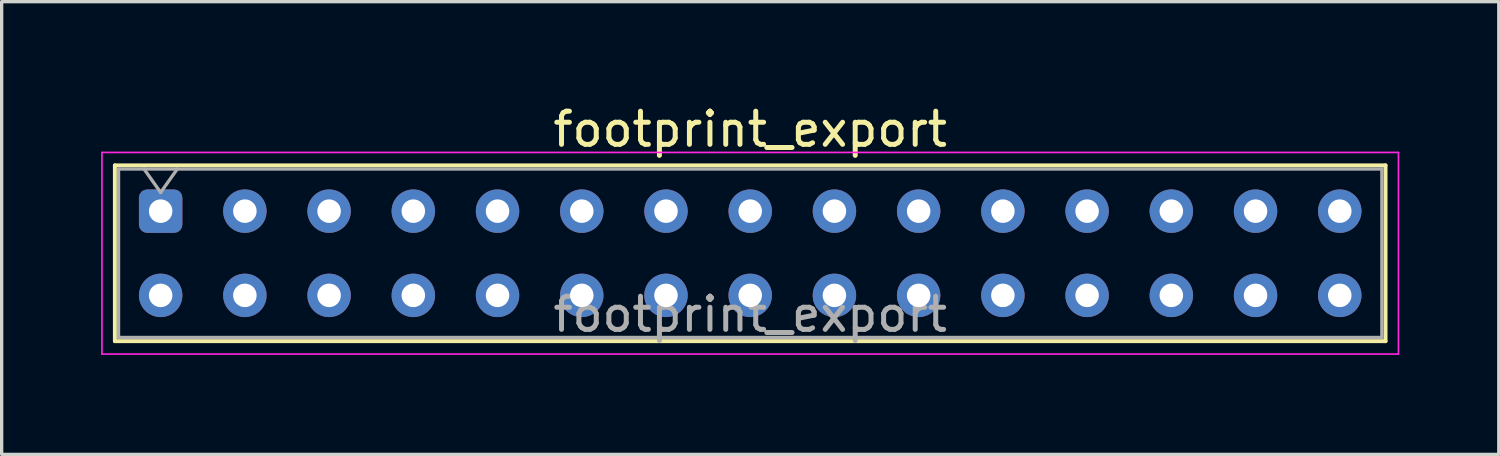
<source format=kicad_pcb>
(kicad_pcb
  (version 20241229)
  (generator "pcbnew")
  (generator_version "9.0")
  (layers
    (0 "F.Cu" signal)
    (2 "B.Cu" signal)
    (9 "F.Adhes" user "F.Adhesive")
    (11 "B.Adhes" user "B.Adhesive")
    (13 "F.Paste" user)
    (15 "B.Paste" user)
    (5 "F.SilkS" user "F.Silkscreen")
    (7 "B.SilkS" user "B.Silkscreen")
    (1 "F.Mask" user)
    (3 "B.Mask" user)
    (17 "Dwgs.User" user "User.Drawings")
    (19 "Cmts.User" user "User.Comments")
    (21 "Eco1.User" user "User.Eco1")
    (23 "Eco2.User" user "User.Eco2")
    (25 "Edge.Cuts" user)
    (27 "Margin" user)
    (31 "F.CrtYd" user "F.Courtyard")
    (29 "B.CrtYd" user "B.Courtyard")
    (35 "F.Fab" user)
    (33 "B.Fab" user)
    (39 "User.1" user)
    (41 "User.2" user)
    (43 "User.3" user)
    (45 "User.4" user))
  (footprint "footprint_export"
    (layer "F.Cu")
    (at 1.795 3.318)
    (property "Reference" "footprint_export" (at 17.78 -2.47 0) (layer "F.SilkS") (effects (font (size 1 1) (thickness 0.15))))
    (attr through_hole)
    (fp_line (start -1.38 -1.38) (end 36.94 -1.38) (stroke (width 0.12) (type solid)) (layer "F.SilkS"))
    (fp_line (start -1.38 3.92) (end -1.38 -1.38) (stroke (width 0.12) (type solid)) (layer "F.SilkS"))
    (fp_line (start 36.94 -1.38) (end 36.94 3.92) (stroke (width 0.12) (type solid)) (layer "F.SilkS"))
    (fp_line (start 36.94 3.92) (end -1.38 3.92) (stroke (width 0.12) (type solid)) (layer "F.SilkS"))
    (fp_line (start -1.77 -1.77) (end 37.33 -1.77) (stroke (width 0.05) (type solid)) (layer "F.CrtYd"))
    (fp_line (start -1.77 4.31) (end -1.77 -1.77) (stroke (width 0.05) (type solid)) (layer "F.CrtYd"))
    (fp_line (start 37.33 -1.77) (end 37.33 4.31) (stroke (width 0.05) (type solid)) (layer "F.CrtYd"))
    (fp_line (start 37.33 4.31) (end -1.77 4.31) (stroke (width 0.05) (type solid)) (layer "F.CrtYd"))
    (fp_line (start -1.27 -1.27) (end 36.83 -1.27) (stroke (width 0.1) (type solid)) (layer "F.Fab"))
    (fp_line (start -1.27 3.81) (end -1.27 -1.27) (stroke (width 0.1) (type solid)) (layer "F.Fab"))
    (fp_line (start -0.5 -1.27) (end 0 -0.563) (stroke (width 0.1) (type solid)) (layer "F.Fab"))
    (fp_line (start 0 -0.563) (end 0.5 -1.27) (stroke (width 0.1) (type solid)) (layer "F.Fab"))
    (fp_line (start 36.83 -1.27) (end 36.83 3.81) (stroke (width 0.1) (type solid)) (layer "F.Fab"))
    (fp_line (start 36.83 3.81) (end -1.27 3.81) (stroke (width 0.1) (type solid)) (layer "F.Fab"))
    (fp_text user "${REFERENCE}" (at 17.78 3.11 0) (layer "F.Fab") (effects (font (size 1 1) (thickness 0.15))))
    (pad "1" thru_hole roundrect (at 0 0) (size 1.31 1.31) (drill 0.71) (layers "*.Cu" "*.Mask") (roundrect_rratio 0.191))
    (pad "2" thru_hole circle (at 0 2.54) (size 1.31 1.31) (drill 0.71) (layers "*.Cu" "*.Mask"))
    (pad "3" thru_hole circle (at 2.54 0) (size 1.31 1.31) (drill 0.71) (layers "*.Cu" "*.Mask"))
    (pad "4" thru_hole circle (at 2.54 2.54) (size 1.31 1.31) (drill 0.71) (layers "*.Cu" "*.Mask"))
    (pad "5" thru_hole circle (at 5.08 0) (size 1.31 1.31) (drill 0.71) (layers "*.Cu" "*.Mask"))
    (pad "6" thru_hole circle (at 5.08 2.54) (size 1.31 1.31) (drill 0.71) (layers "*.Cu" "*.Mask"))
    (pad "7" thru_hole circle (at 7.62 0) (size 1.31 1.31) (drill 0.71) (layers "*.Cu" "*.Mask"))
    (pad "8" thru_hole circle (at 7.62 2.54) (size 1.31 1.31) (drill 0.71) (layers "*.Cu" "*.Mask"))
    (pad "9" thru_hole circle (at 10.16 0) (size 1.31 1.31) (drill 0.71) (layers "*.Cu" "*.Mask"))
    (pad "10" thru_hole circle (at 10.16 2.54) (size 1.31 1.31) (drill 0.71) (layers "*.Cu" "*.Mask"))
    (pad "11" thru_hole circle (at 12.7 0) (size 1.31 1.31) (drill 0.71) (layers "*.Cu" "*.Mask"))
    (pad "12" thru_hole circle (at 12.7 2.54) (size 1.31 1.31) (drill 0.71) (layers "*.Cu" "*.Mask"))
    (pad "13" thru_hole circle (at 15.24 0) (size 1.31 1.31) (drill 0.71) (layers "*.Cu" "*.Mask"))
    (pad "14" thru_hole circle (at 15.24 2.54) (size 1.31 1.31) (drill 0.71) (layers "*.Cu" "*.Mask"))
    (pad "15" thru_hole circle (at 17.78 0) (size 1.31 1.31) (drill 0.71) (layers "*.Cu" "*.Mask"))
    (pad "16" thru_hole circle (at 17.78 2.54) (size 1.31 1.31) (drill 0.71) (layers "*.Cu" "*.Mask"))
    (pad "17" thru_hole circle (at 20.32 0) (size 1.31 1.31) (drill 0.71) (layers "*.Cu" "*.Mask"))
    (pad "18" thru_hole circle (at 20.32 2.54) (size 1.31 1.31) (drill 0.71) (layers "*.Cu" "*.Mask"))
    (pad "19" thru_hole circle (at 22.86 0) (size 1.31 1.31) (drill 0.71) (layers "*.Cu" "*.Mask"))
    (pad "20" thru_hole circle (at 22.86 2.54) (size 1.31 1.31) (drill 0.71) (layers "*.Cu" "*.Mask"))
    (pad "21" thru_hole circle (at 25.4 0) (size 1.31 1.31) (drill 0.71) (layers "*.Cu" "*.Mask"))
    (pad "22" thru_hole circle (at 25.4 2.54) (size 1.31 1.31) (drill 0.71) (layers "*.Cu" "*.Mask"))
    (pad "23" thru_hole circle (at 27.94 0) (size 1.31 1.31) (drill 0.71) (layers "*.Cu" "*.Mask"))
    (pad "24" thru_hole circle (at 27.94 2.54) (size 1.31 1.31) (drill 0.71) (layers "*.Cu" "*.Mask"))
    (pad "25" thru_hole circle (at 30.48 0) (size 1.31 1.31) (drill 0.71) (layers "*.Cu" "*.Mask"))
    (pad "26" thru_hole circle (at 30.48 2.54) (size 1.31 1.31) (drill 0.71) (layers "*.Cu" "*.Mask"))
    (pad "27" thru_hole circle (at 33.02 0) (size 1.31 1.31) (drill 0.71) (layers "*.Cu" "*.Mask"))
    (pad "28" thru_hole circle (at 33.02 2.54) (size 1.31 1.31) (drill 0.71) (layers "*.Cu" "*.Mask"))
    (pad "29" thru_hole circle (at 35.56 0) (size 1.31 1.31) (drill 0.71) (layers "*.Cu" "*.Mask"))
    (pad "30" thru_hole circle (at 35.56 2.54) (size 1.31 1.31) (drill 0.71) (layers "*.Cu" "*.Mask")))
  (gr_rect
    (start -3 -3)
    (end 42.15 10.653)
    (stroke (width 0.1) (type default))
    (fill no)
    (layer "Edge.Cuts")))
</source>
